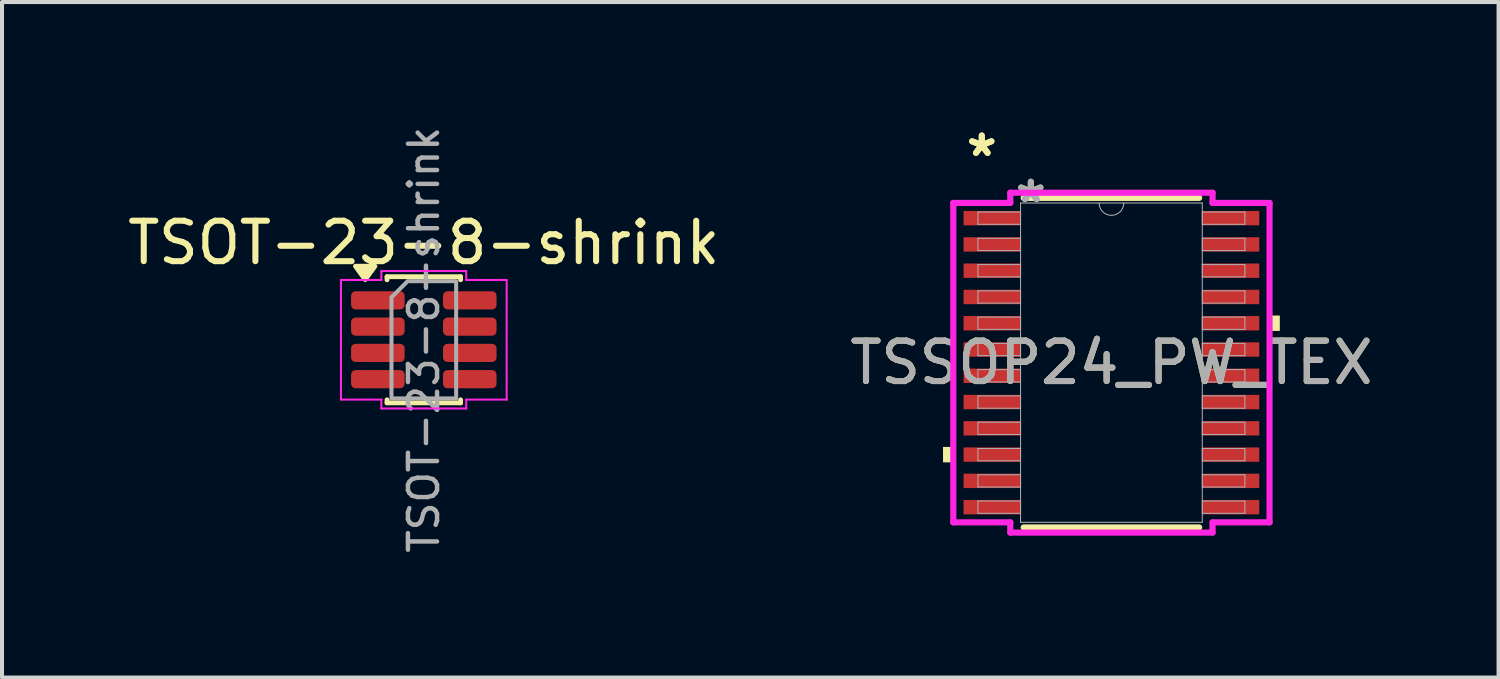
<source format=kicad_pcb>
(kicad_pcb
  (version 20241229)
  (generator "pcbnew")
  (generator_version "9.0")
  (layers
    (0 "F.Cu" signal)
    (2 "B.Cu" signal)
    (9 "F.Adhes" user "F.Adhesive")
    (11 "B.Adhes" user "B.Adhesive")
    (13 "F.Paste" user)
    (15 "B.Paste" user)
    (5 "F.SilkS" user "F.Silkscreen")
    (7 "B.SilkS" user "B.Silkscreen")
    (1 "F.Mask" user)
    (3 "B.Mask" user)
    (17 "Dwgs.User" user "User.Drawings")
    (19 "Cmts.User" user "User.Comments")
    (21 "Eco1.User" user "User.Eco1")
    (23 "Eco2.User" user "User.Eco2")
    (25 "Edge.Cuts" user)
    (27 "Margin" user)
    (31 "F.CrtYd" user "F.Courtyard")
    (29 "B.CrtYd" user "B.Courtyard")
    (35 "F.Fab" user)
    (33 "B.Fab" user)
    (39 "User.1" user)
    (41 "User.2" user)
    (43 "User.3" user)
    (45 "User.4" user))
  (footprint "TSOT-23-8-shrink"
    (layer "F.Cu")
    (at 7.435 5.356)
    (property "Reference" "TSOT-23-8-shrink" (at 0 -2.4 0) (layer "F.SilkS") (effects (font (size 1 1) (thickness 0.15))))
    (attr smd)
    (fp_line (start -0.91 -1.56) (end 0.91 -1.56) (stroke (width 0.12) (type solid)) (layer "F.SilkS"))
    (fp_line (start -0.91 -1.485) (end -0.91 -1.56) (stroke (width 0.12) (type solid)) (layer "F.SilkS"))
    (fp_line (start -0.91 1.56) (end -0.91 1.485) (stroke (width 0.12) (type solid)) (layer "F.SilkS"))
    (fp_line (start 0.91 -1.56) (end 0.91 -1.485) (stroke (width 0.12) (type solid)) (layer "F.SilkS"))
    (fp_line (start 0.91 1.485) (end 0.91 1.56) (stroke (width 0.12) (type solid)) (layer "F.SilkS"))
    (fp_line (start 0.91 1.56) (end -0.91 1.56) (stroke (width 0.12) (type solid)) (layer "F.SilkS"))
    (fp_poly (pts (xy -1.45 -1.49) (xy -1.69 -1.82) (xy -1.21 -1.82)) (stroke (width 0.12) (type solid)) (fill yes) (layer "F.SilkS"))
    (fp_line (start -2.05 -1.48) (end -1.05 -1.48) (stroke (width 0.05) (type solid)) (layer "F.CrtYd"))
    (fp_line (start -2.05 1.48) (end -2.05 -1.48) (stroke (width 0.05) (type solid)) (layer "F.CrtYd"))
    (fp_line (start -1.05 -1.7) (end 1.05 -1.7) (stroke (width 0.05) (type solid)) (layer "F.CrtYd"))
    (fp_line (start -1.05 -1.48) (end -1.05 -1.7) (stroke (width 0.05) (type solid)) (layer "F.CrtYd"))
    (fp_line (start -1.05 1.48) (end -2.05 1.48) (stroke (width 0.05) (type solid)) (layer "F.CrtYd"))
    (fp_line (start -1.05 1.7) (end -1.05 1.48) (stroke (width 0.05) (type solid)) (layer "F.CrtYd"))
    (fp_line (start 1.05 -1.7) (end 1.05 -1.48) (stroke (width 0.05) (type solid)) (layer "F.CrtYd"))
    (fp_line (start 1.05 -1.48) (end 2.05 -1.48) (stroke (width 0.05) (type solid)) (layer "F.CrtYd"))
    (fp_line (start 1.05 1.48) (end 1.05 1.7) (stroke (width 0.05) (type solid)) (layer "F.CrtYd"))
    (fp_line (start 1.05 1.7) (end -1.05 1.7) (stroke (width 0.05) (type solid)) (layer "F.CrtYd"))
    (fp_line (start 2.05 -1.48) (end 2.05 1.48) (stroke (width 0.05) (type solid)) (layer "F.CrtYd"))
    (fp_line (start 2.05 1.48) (end 1.05 1.48) (stroke (width 0.05) (type solid)) (layer "F.CrtYd"))
    (fp_poly (pts (xy -0.8 -1.05) (xy -0.8 1.45) (xy 0.8 1.45) (xy 0.8 -1.45) (xy -0.4 -1.45)) (stroke (width 0.1) (type solid)) (fill no) (layer "F.Fab"))
    (fp_text user "${REFERENCE}" (at 0 0 90) (layer "F.Fab") (effects (font (size 0.72 0.72) (thickness 0.11))))
    (pad "1" smd roundrect (at -1.137 -0.975) (size 1.325 0.45) (layers "F.Cu" "F.Mask" "F.Paste") (roundrect_rratio 0.25))
    (pad "2" smd roundrect (at -1.137 -0.325) (size 1.325 0.45) (layers "F.Cu" "F.Mask" "F.Paste") (roundrect_rratio 0.25))
    (pad "3" smd roundrect (at -1.137 0.325) (size 1.325 0.45) (layers "F.Cu" "F.Mask" "F.Paste") (roundrect_rratio 0.25))
    (pad "4" smd roundrect (at -1.137 0.975) (size 1.325 0.45) (layers "F.Cu" "F.Mask" "F.Paste") (roundrect_rratio 0.25))
    (pad "5" smd roundrect (at 1.137 0.975) (size 1.325 0.45) (layers "F.Cu" "F.Mask" "F.Paste") (roundrect_rratio 0.25))
    (pad "6" smd roundrect (at 1.137 0.325) (size 1.325 0.45) (layers "F.Cu" "F.Mask" "F.Paste") (roundrect_rratio 0.25))
    (pad "7" smd roundrect (at 1.137 -0.325) (size 1.325 0.45) (layers "F.Cu" "F.Mask" "F.Paste") (roundrect_rratio 0.25))
    (pad "8" smd roundrect (at 1.137 -0.975) (size 1.325 0.45) (layers "F.Cu" "F.Mask" "F.Paste") (roundrect_rratio 0.25)))
  (footprint "TSSOP24_PW_TEX"
    (layer "F.Cu")
    (at 24.446 5.922)
    (property "Reference" "TSSOP24_PW_TEX" (at 0 0 0) (unlocked yes) (layer "F.SilkS") (effects (font (size 1 1) (thickness 0.15))))
    (attr smd)
    (fp_line (start -2.171 4.077) (end 2.171 4.077) (stroke (width 0.152) (type solid)) (layer "F.SilkS"))
    (fp_line (start 2.171 -4.077) (end -2.171 -4.077) (stroke (width 0.152) (type solid)) (layer "F.SilkS"))
    (fp_poly (pts (xy -4.166 2.085) (xy -4.166 2.466) (xy -3.912 2.466) (xy -3.912 2.085)) (stroke (width 0) (type solid)) (fill yes) (layer "F.SilkS"))
    (fp_poly (pts (xy 4.166 -1.166) (xy 4.166 -0.785) (xy 3.912 -0.785) (xy 3.912 -1.166)) (stroke (width 0) (type solid)) (fill yes) (layer "F.SilkS"))
    (fp_line (start -3.912 -3.951) (end -2.502 -3.951) (stroke (width 0.152) (type solid)) (layer "F.CrtYd"))
    (fp_line (start -3.912 3.951) (end -3.912 -3.951) (stroke (width 0.152) (type solid)) (layer "F.CrtYd"))
    (fp_line (start -3.912 3.951) (end -2.502 3.951) (stroke (width 0.152) (type solid)) (layer "F.CrtYd"))
    (fp_line (start -2.502 -4.204) (end 2.502 -4.204) (stroke (width 0.152) (type solid)) (layer "F.CrtYd"))
    (fp_line (start -2.502 -3.951) (end -2.502 -4.204) (stroke (width 0.152) (type solid)) (layer "F.CrtYd"))
    (fp_line (start -2.502 4.204) (end -2.502 3.951) (stroke (width 0.152) (type solid)) (layer "F.CrtYd"))
    (fp_line (start 2.502 -4.204) (end 2.502 -3.951) (stroke (width 0.152) (type solid)) (layer "F.CrtYd"))
    (fp_line (start 2.502 3.951) (end 2.502 4.204) (stroke (width 0.152) (type solid)) (layer "F.CrtYd"))
    (fp_line (start 2.502 4.204) (end -2.502 4.204) (stroke (width 0.152) (type solid)) (layer "F.CrtYd"))
    (fp_line (start 3.912 -3.951) (end 2.502 -3.951) (stroke (width 0.152) (type solid)) (layer "F.CrtYd"))
    (fp_line (start 3.912 -3.951) (end 3.912 3.951) (stroke (width 0.152) (type solid)) (layer "F.CrtYd"))
    (fp_line (start 3.912 3.951) (end 2.502 3.951) (stroke (width 0.152) (type solid)) (layer "F.CrtYd"))
    (fp_line (start -3.302 -3.727) (end -3.302 -3.423) (stroke (width 0.025) (type solid)) (layer "F.Fab"))
    (fp_line (start -3.302 -3.423) (end -2.248 -3.423) (stroke (width 0.025) (type solid)) (layer "F.Fab"))
    (fp_line (start -3.302 -3.077) (end -3.302 -2.773) (stroke (width 0.025) (type solid)) (layer "F.Fab"))
    (fp_line (start -3.302 -2.773) (end -2.248 -2.773) (stroke (width 0.025) (type solid)) (layer "F.Fab"))
    (fp_line (start -3.302 -2.427) (end -3.302 -2.123) (stroke (width 0.025) (type solid)) (layer "F.Fab"))
    (fp_line (start -3.302 -2.123) (end -2.248 -2.123) (stroke (width 0.025) (type solid)) (layer "F.Fab"))
    (fp_line (start -3.302 -1.777) (end -3.302 -1.473) (stroke (width 0.025) (type solid)) (layer "F.Fab"))
    (fp_line (start -3.302 -1.473) (end -2.248 -1.473) (stroke (width 0.025) (type solid)) (layer "F.Fab"))
    (fp_line (start -3.302 -1.127) (end -3.302 -0.823) (stroke (width 0.025) (type solid)) (layer "F.Fab"))
    (fp_line (start -3.302 -0.823) (end -2.248 -0.823) (stroke (width 0.025) (type solid)) (layer "F.Fab"))
    (fp_line (start -3.302 -0.477) (end -3.302 -0.173) (stroke (width 0.025) (type solid)) (layer "F.Fab"))
    (fp_line (start -3.302 -0.173) (end -2.248 -0.173) (stroke (width 0.025) (type solid)) (layer "F.Fab"))
    (fp_line (start -3.302 0.173) (end -3.302 0.477) (stroke (width 0.025) (type solid)) (layer "F.Fab"))
    (fp_line (start -3.302 0.477) (end -2.248 0.477) (stroke (width 0.025) (type solid)) (layer "F.Fab"))
    (fp_line (start -3.302 0.823) (end -3.302 1.127) (stroke (width 0.025) (type solid)) (layer "F.Fab"))
    (fp_line (start -3.302 1.127) (end -2.248 1.127) (stroke (width 0.025) (type solid)) (layer "F.Fab"))
    (fp_line (start -3.302 1.473) (end -3.302 1.777) (stroke (width 0.025) (type solid)) (layer "F.Fab"))
    (fp_line (start -3.302 1.777) (end -2.248 1.777) (stroke (width 0.025) (type solid)) (layer "F.Fab"))
    (fp_line (start -3.302 2.123) (end -3.302 2.427) (stroke (width 0.025) (type solid)) (layer "F.Fab"))
    (fp_line (start -3.302 2.427) (end -2.248 2.427) (stroke (width 0.025) (type solid)) (layer "F.Fab"))
    (fp_line (start -3.302 2.773) (end -3.302 3.077) (stroke (width 0.025) (type solid)) (layer "F.Fab"))
    (fp_line (start -3.302 3.077) (end -2.248 3.077) (stroke (width 0.025) (type solid)) (layer "F.Fab"))
    (fp_line (start -3.302 3.423) (end -3.302 3.727) (stroke (width 0.025) (type solid)) (layer "F.Fab"))
    (fp_line (start -3.302 3.727) (end -2.248 3.727) (stroke (width 0.025) (type solid)) (layer "F.Fab"))
    (fp_line (start -2.248 -3.95) (end -2.248 3.95) (stroke (width 0.025) (type solid)) (layer "F.Fab"))
    (fp_line (start -2.248 -3.727) (end -3.302 -3.727) (stroke (width 0.025) (type solid)) (layer "F.Fab"))
    (fp_line (start -2.248 -3.423) (end -2.248 -3.727) (stroke (width 0.025) (type solid)) (layer "F.Fab"))
    (fp_line (start -2.248 -3.077) (end -3.302 -3.077) (stroke (width 0.025) (type solid)) (layer "F.Fab"))
    (fp_line (start -2.248 -2.773) (end -2.248 -3.077) (stroke (width 0.025) (type solid)) (layer "F.Fab"))
    (fp_line (start -2.248 -2.427) (end -3.302 -2.427) (stroke (width 0.025) (type solid)) (layer "F.Fab"))
    (fp_line (start -2.248 -2.123) (end -2.248 -2.427) (stroke (width 0.025) (type solid)) (layer "F.Fab"))
    (fp_line (start -2.248 -1.777) (end -3.302 -1.777) (stroke (width 0.025) (type solid)) (layer "F.Fab"))
    (fp_line (start -2.248 -1.473) (end -2.248 -1.777) (stroke (width 0.025) (type solid)) (layer "F.Fab"))
    (fp_line (start -2.248 -1.127) (end -3.302 -1.127) (stroke (width 0.025) (type solid)) (layer "F.Fab"))
    (fp_line (start -2.248 -0.823) (end -2.248 -1.127) (stroke (width 0.025) (type solid)) (layer "F.Fab"))
    (fp_line (start -2.248 -0.477) (end -3.302 -0.477) (stroke (width 0.025) (type solid)) (layer "F.Fab"))
    (fp_line (start -2.248 -0.173) (end -2.248 -0.477) (stroke (width 0.025) (type solid)) (layer "F.Fab"))
    (fp_line (start -2.248 0.173) (end -3.302 0.173) (stroke (width 0.025) (type solid)) (layer "F.Fab"))
    (fp_line (start -2.248 0.477) (end -2.248 0.173) (stroke (width 0.025) (type solid)) (layer "F.Fab"))
    (fp_line (start -2.248 0.823) (end -3.302 0.823) (stroke (width 0.025) (type solid)) (layer "F.Fab"))
    (fp_line (start -2.248 1.127) (end -2.248 0.823) (stroke (width 0.025) (type solid)) (layer "F.Fab"))
    (fp_line (start -2.248 1.473) (end -3.302 1.473) (stroke (width 0.025) (type solid)) (layer "F.Fab"))
    (fp_line (start -2.248 1.777) (end -2.248 1.473) (stroke (width 0.025) (type solid)) (layer "F.Fab"))
    (fp_line (start -2.248 2.123) (end -3.302 2.123) (stroke (width 0.025) (type solid)) (layer "F.Fab"))
    (fp_line (start -2.248 2.427) (end -2.248 2.123) (stroke (width 0.025) (type solid)) (layer "F.Fab"))
    (fp_line (start -2.248 2.773) (end -3.302 2.773) (stroke (width 0.025) (type solid)) (layer "F.Fab"))
    (fp_line (start -2.248 3.077) (end -2.248 2.773) (stroke (width 0.025) (type solid)) (layer "F.Fab"))
    (fp_line (start -2.248 3.423) (end -3.302 3.423) (stroke (width 0.025) (type solid)) (layer "F.Fab"))
    (fp_line (start -2.248 3.727) (end -2.248 3.423) (stroke (width 0.025) (type solid)) (layer "F.Fab"))
    (fp_line (start -2.248 3.95) (end 2.248 3.95) (stroke (width 0.025) (type solid)) (layer "F.Fab"))
    (fp_line (start 2.248 -3.95) (end -2.248 -3.95) (stroke (width 0.025) (type solid)) (layer "F.Fab"))
    (fp_line (start 2.248 -3.727) (end 2.248 -3.423) (stroke (width 0.025) (type solid)) (layer "F.Fab"))
    (fp_line (start 2.248 -3.423) (end 3.302 -3.423) (stroke (width 0.025) (type solid)) (layer "F.Fab"))
    (fp_line (start 2.248 -3.077) (end 2.248 -2.773) (stroke (width 0.025) (type solid)) (layer "F.Fab"))
    (fp_line (start 2.248 -2.773) (end 3.302 -2.773) (stroke (width 0.025) (type solid)) (layer "F.Fab"))
    (fp_line (start 2.248 -2.427) (end 2.248 -2.123) (stroke (width 0.025) (type solid)) (layer "F.Fab"))
    (fp_line (start 2.248 -2.123) (end 3.302 -2.123) (stroke (width 0.025) (type solid)) (layer "F.Fab"))
    (fp_line (start 2.248 -1.777) (end 2.248 -1.473) (stroke (width 0.025) (type solid)) (layer "F.Fab"))
    (fp_line (start 2.248 -1.473) (end 3.302 -1.473) (stroke (width 0.025) (type solid)) (layer "F.Fab"))
    (fp_line (start 2.248 -1.127) (end 2.248 -0.823) (stroke (width 0.025) (type solid)) (layer "F.Fab"))
    (fp_line (start 2.248 -0.823) (end 3.302 -0.823) (stroke (width 0.025) (type solid)) (layer "F.Fab"))
    (fp_line (start 2.248 -0.477) (end 2.248 -0.173) (stroke (width 0.025) (type solid)) (layer "F.Fab"))
    (fp_line (start 2.248 -0.173) (end 3.302 -0.173) (stroke (width 0.025) (type solid)) (layer "F.Fab"))
    (fp_line (start 2.248 0.173) (end 2.248 0.477) (stroke (width 0.025) (type solid)) (layer "F.Fab"))
    (fp_line (start 2.248 0.477) (end 3.302 0.477) (stroke (width 0.025) (type solid)) (layer "F.Fab"))
    (fp_line (start 2.248 0.823) (end 2.248 1.127) (stroke (width 0.025) (type solid)) (layer "F.Fab"))
    (fp_line (start 2.248 1.127) (end 3.302 1.127) (stroke (width 0.025) (type solid)) (layer "F.Fab"))
    (fp_line (start 2.248 1.473) (end 2.248 1.777) (stroke (width 0.025) (type solid)) (layer "F.Fab"))
    (fp_line (start 2.248 1.777) (end 3.302 1.777) (stroke (width 0.025) (type solid)) (layer "F.Fab"))
    (fp_line (start 2.248 2.123) (end 2.248 2.427) (stroke (width 0.025) (type solid)) (layer "F.Fab"))
    (fp_line (start 2.248 2.427) (end 3.302 2.427) (stroke (width 0.025) (type solid)) (layer "F.Fab"))
    (fp_line (start 2.248 2.773) (end 2.248 3.077) (stroke (width 0.025) (type solid)) (layer "F.Fab"))
    (fp_line (start 2.248 3.077) (end 3.302 3.077) (stroke (width 0.025) (type solid)) (layer "F.Fab"))
    (fp_line (start 2.248 3.423) (end 2.248 3.727) (stroke (width 0.025) (type solid)) (layer "F.Fab"))
    (fp_line (start 2.248 3.727) (end 3.302 3.727) (stroke (width 0.025) (type solid)) (layer "F.Fab"))
    (fp_line (start 2.248 3.95) (end 2.248 -3.95) (stroke (width 0.025) (type solid)) (layer "F.Fab"))
    (fp_line (start 3.302 -3.727) (end 2.248 -3.727) (stroke (width 0.025) (type solid)) (layer "F.Fab"))
    (fp_line (start 3.302 -3.423) (end 3.302 -3.727) (stroke (width 0.025) (type solid)) (layer "F.Fab"))
    (fp_line (start 3.302 -3.077) (end 2.248 -3.077) (stroke (width 0.025) (type solid)) (layer "F.Fab"))
    (fp_line (start 3.302 -2.773) (end 3.302 -3.077) (stroke (width 0.025) (type solid)) (layer "F.Fab"))
    (fp_line (start 3.302 -2.427) (end 2.248 -2.427) (stroke (width 0.025) (type solid)) (layer "F.Fab"))
    (fp_line (start 3.302 -2.123) (end 3.302 -2.427) (stroke (width 0.025) (type solid)) (layer "F.Fab"))
    (fp_line (start 3.302 -1.777) (end 2.248 -1.777) (stroke (width 0.025) (type solid)) (layer "F.Fab"))
    (fp_line (start 3.302 -1.473) (end 3.302 -1.777) (stroke (width 0.025) (type solid)) (layer "F.Fab"))
    (fp_line (start 3.302 -1.127) (end 2.248 -1.127) (stroke (width 0.025) (type solid)) (layer "F.Fab"))
    (fp_line (start 3.302 -0.823) (end 3.302 -1.127) (stroke (width 0.025) (type solid)) (layer "F.Fab"))
    (fp_line (start 3.302 -0.477) (end 2.248 -0.477) (stroke (width 0.025) (type solid)) (layer "F.Fab"))
    (fp_line (start 3.302 -0.173) (end 3.302 -0.477) (stroke (width 0.025) (type solid)) (layer "F.Fab"))
    (fp_line (start 3.302 0.173) (end 2.248 0.173) (stroke (width 0.025) (type solid)) (layer "F.Fab"))
    (fp_line (start 3.302 0.477) (end 3.302 0.173) (stroke (width 0.025) (type solid)) (layer "F.Fab"))
    (fp_line (start 3.302 0.823) (end 2.248 0.823) (stroke (width 0.025) (type solid)) (layer "F.Fab"))
    (fp_line (start 3.302 1.127) (end 3.302 0.823) (stroke (width 0.025) (type solid)) (layer "F.Fab"))
    (fp_line (start 3.302 1.473) (end 2.248 1.473) (stroke (width 0.025) (type solid)) (layer "F.Fab"))
    (fp_line (start 3.302 1.777) (end 3.302 1.473) (stroke (width 0.025) (type solid)) (layer "F.Fab"))
    (fp_line (start 3.302 2.123) (end 2.248 2.123) (stroke (width 0.025) (type solid)) (layer "F.Fab"))
    (fp_line (start 3.302 2.427) (end 3.302 2.123) (stroke (width 0.025) (type solid)) (layer "F.Fab"))
    (fp_line (start 3.302 2.773) (end 2.248 2.773) (stroke (width 0.025) (type solid)) (layer "F.Fab"))
    (fp_line (start 3.302 3.077) (end 3.302 2.773) (stroke (width 0.025) (type solid)) (layer "F.Fab"))
    (fp_line (start 3.302 3.423) (end 2.248 3.423) (stroke (width 0.025) (type solid)) (layer "F.Fab"))
    (fp_line (start 3.302 3.727) (end 3.302 3.423) (stroke (width 0.025) (type solid)) (layer "F.Fab"))
    (fp_arc (start 0.3048 -3.9497) (mid 0 -3.6449) (end -0.3048 -3.9497) (stroke (width 0.0254) (type solid)) (layer "F.Fab"))
    (fp_text user "*" (at -3.207 -5.074 0) (layer "F.SilkS") (effects (font (size 1 1) (thickness 0.15))))
    (fp_text user "*" (at -3.207 -5.074 0) (unlocked yes) (layer "F.SilkS") (effects (font (size 1 1) (thickness 0.15))))
    (fp_text user "*" (at -1.994 -3.931 0) (layer "F.Fab") (effects (font (size 1 1) (thickness 0.15))))
    (fp_text user "*" (at -1.994 -3.931 0) (unlocked yes) (layer "F.Fab") (effects (font (size 1 1) (thickness 0.15))))
    (fp_text user "${REFERENCE}" (at 0 0 0) (unlocked yes) (layer "F.Fab") (effects (font (size 1 1) (thickness 0.15))))
    (pad "1" smd rect (at -2.953 -3.575) (size 1.41 0.356) (layers "F.Cu" "F.Mask" "F.Paste"))
    (pad "2" smd rect (at -2.953 -2.925) (size 1.41 0.356) (layers "F.Cu" "F.Mask" "F.Paste"))
    (pad "3" smd rect (at -2.953 -2.275) (size 1.41 0.356) (layers "F.Cu" "F.Mask" "F.Paste"))
    (pad "4" smd rect (at -2.953 -1.625) (size 1.41 0.356) (layers "F.Cu" "F.Mask" "F.Paste"))
    (pad "5" smd rect (at -2.953 -0.975) (size 1.41 0.356) (layers "F.Cu" "F.Mask" "F.Paste"))
    (pad "6" smd rect (at -2.953 -0.325) (size 1.41 0.356) (layers "F.Cu" "F.Mask" "F.Paste"))
    (pad "7" smd rect (at -2.953 0.325) (size 1.41 0.356) (layers "F.Cu" "F.Mask" "F.Paste"))
    (pad "8" smd rect (at -2.953 0.975) (size 1.41 0.356) (layers "F.Cu" "F.Mask" "F.Paste"))
    (pad "9" smd rect (at -2.953 1.625) (size 1.41 0.356) (layers "F.Cu" "F.Mask" "F.Paste"))
    (pad "10" smd rect (at -2.953 2.275) (size 1.41 0.356) (layers "F.Cu" "F.Mask" "F.Paste"))
    (pad "11" smd rect (at -2.953 2.925) (size 1.41 0.356) (layers "F.Cu" "F.Mask" "F.Paste"))
    (pad "12" smd rect (at -2.953 3.575) (size 1.41 0.356) (layers "F.Cu" "F.Mask" "F.Paste"))
    (pad "13" smd rect (at 2.953 3.575) (size 1.41 0.356) (layers "F.Cu" "F.Mask" "F.Paste"))
    (pad "14" smd rect (at 2.953 2.925) (size 1.41 0.356) (layers "F.Cu" "F.Mask" "F.Paste"))
    (pad "15" smd rect (at 2.953 2.275) (size 1.41 0.356) (layers "F.Cu" "F.Mask" "F.Paste"))
    (pad "16" smd rect (at 2.953 1.625) (size 1.41 0.356) (layers "F.Cu" "F.Mask" "F.Paste"))
    (pad "17" smd rect (at 2.953 0.975) (size 1.41 0.356) (layers "F.Cu" "F.Mask" "F.Paste"))
    (pad "18" smd rect (at 2.953 0.325) (size 1.41 0.356) (layers "F.Cu" "F.Mask" "F.Paste"))
    (pad "19" smd rect (at 2.953 -0.325) (size 1.41 0.356) (layers "F.Cu" "F.Mask" "F.Paste"))
    (pad "20" smd rect (at 2.953 -0.975) (size 1.41 0.356) (layers "F.Cu" "F.Mask" "F.Paste"))
    (pad "21" smd rect (at 2.953 -1.625) (size 1.41 0.356) (layers "F.Cu" "F.Mask" "F.Paste"))
    (pad "22" smd rect (at 2.953 -2.275) (size 1.41 0.356) (layers "F.Cu" "F.Mask" "F.Paste"))
    (pad "23" smd rect (at 2.953 -2.925) (size 1.41 0.356) (layers "F.Cu" "F.Mask" "F.Paste"))
    (pad "24" smd rect (at 2.953 -3.575) (size 1.41 0.356) (layers "F.Cu" "F.Mask" "F.Paste")))
  (gr_rect
    (start -3 -3)
    (end 34.024 13.712)
    (stroke (width 0.1) (type default))
    (fill no)
    (layer "Edge.Cuts")))
</source>
